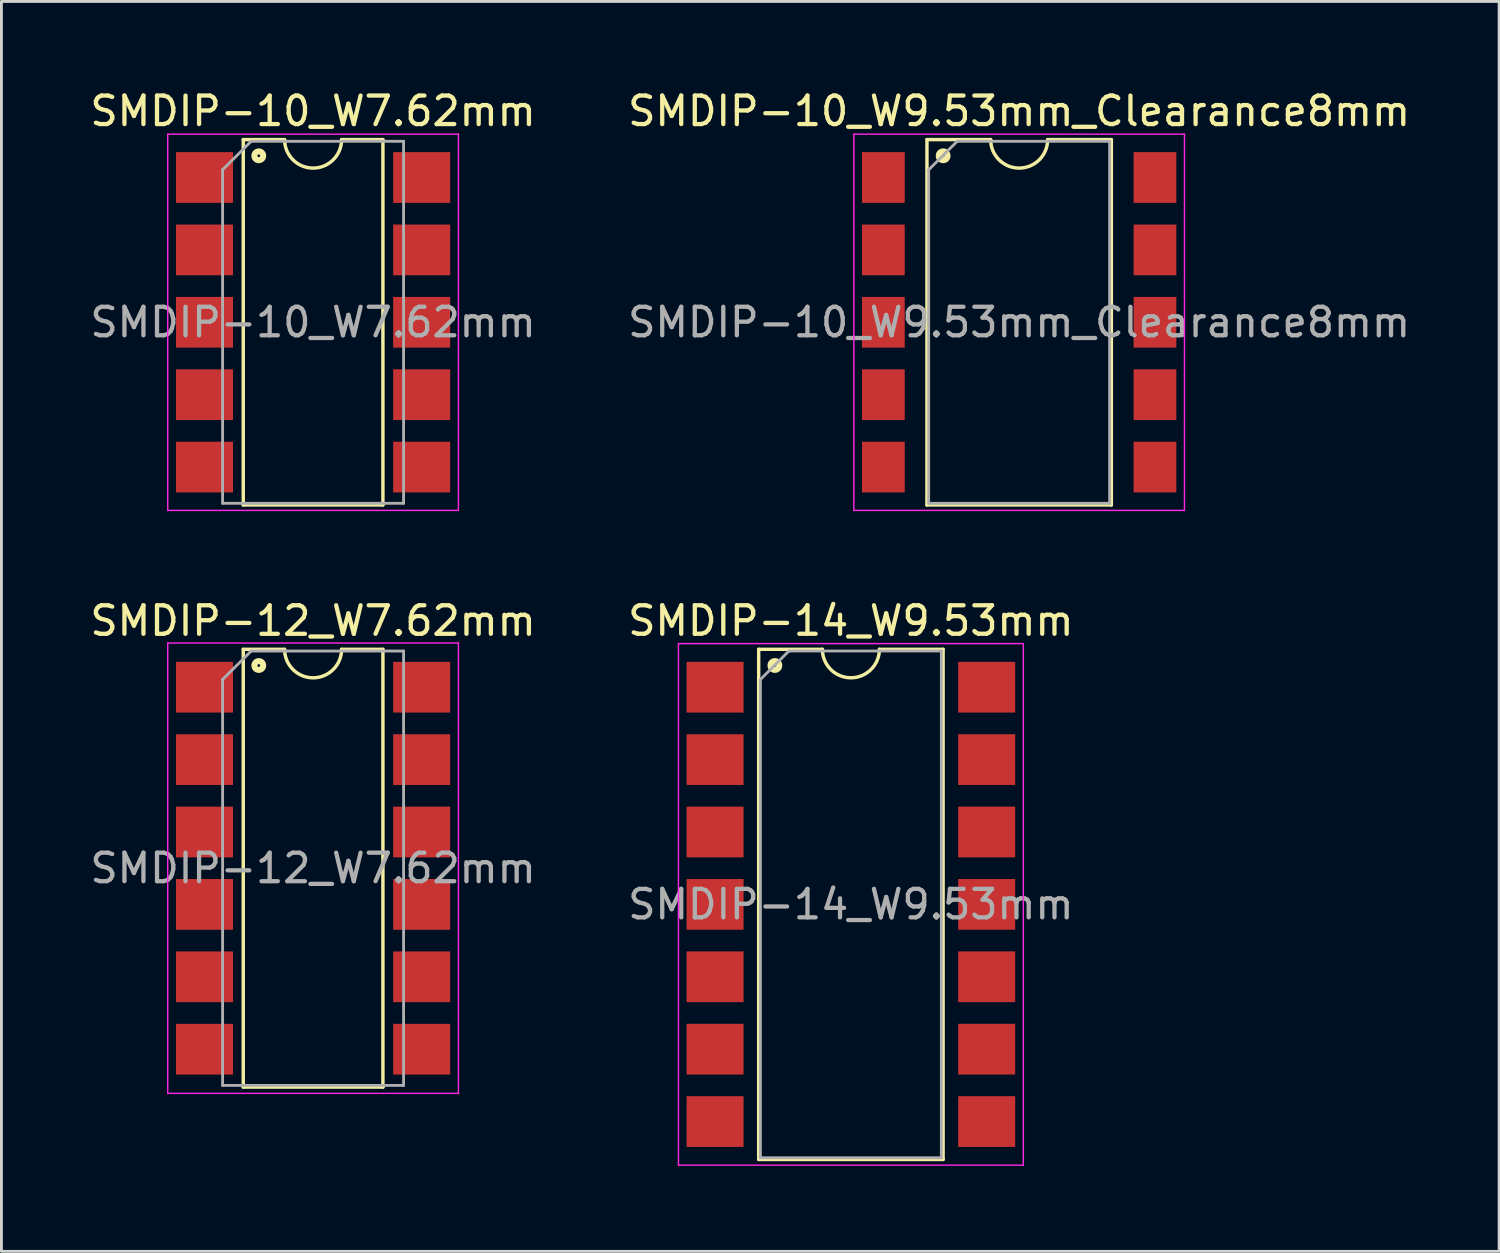
<source format=kicad_pcb>
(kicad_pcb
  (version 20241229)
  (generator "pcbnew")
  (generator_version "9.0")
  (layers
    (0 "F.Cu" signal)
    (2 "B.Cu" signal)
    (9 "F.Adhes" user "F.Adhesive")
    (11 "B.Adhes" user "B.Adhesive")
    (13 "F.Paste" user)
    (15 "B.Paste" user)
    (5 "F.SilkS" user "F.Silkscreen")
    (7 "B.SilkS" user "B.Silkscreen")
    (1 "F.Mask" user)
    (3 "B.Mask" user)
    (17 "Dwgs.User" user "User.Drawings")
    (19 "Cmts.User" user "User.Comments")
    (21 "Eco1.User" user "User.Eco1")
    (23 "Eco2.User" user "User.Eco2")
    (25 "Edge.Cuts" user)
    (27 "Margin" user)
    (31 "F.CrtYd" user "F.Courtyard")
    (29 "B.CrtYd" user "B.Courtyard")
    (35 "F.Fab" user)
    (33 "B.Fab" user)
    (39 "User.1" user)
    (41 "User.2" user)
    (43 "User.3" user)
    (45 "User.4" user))
  (footprint "SMDIP-12_W7.62mm"
    (layer "F.Cu")
    (at 7.935 27.412)
    (property "Reference" "SMDIP-12_W7.62mm" (at 0 -8.68 0) (layer "F.SilkS") (effects (font (size 1 1) (thickness 0.15))))
    (attr smd)
    (fp_line (start -2.45 -7.68) (end -2.45 7.68) (stroke (width 0.12) (type solid)) (layer "F.SilkS"))
    (fp_line (start -2.45 7.68) (end 2.45 7.68) (stroke (width 0.12) (type solid)) (layer "F.SilkS"))
    (fp_line (start -1 -7.68) (end -2.45 -7.68) (stroke (width 0.12) (type solid)) (layer "F.SilkS"))
    (fp_line (start 2.45 -7.68) (end 1 -7.68) (stroke (width 0.12) (type solid)) (layer "F.SilkS"))
    (fp_line (start 2.45 7.68) (end 2.45 -7.68) (stroke (width 0.12) (type solid)) (layer "F.SilkS"))
    (fp_arc (start 1 -7.68) (mid 0 -6.68) (end -1 -7.68) (stroke (width 0.12) (type solid)) (layer "F.SilkS"))
    (fp_circle (center -1.905 -7.112) (end -1.855 -7.112) (stroke (width 0.12) (type solid)) (fill no) (layer "F.SilkS"))
    (fp_circle (center -1.905 -7.112) (end -1.78 -7.112) (stroke (width 0.12) (type solid)) (fill no) (layer "F.SilkS"))
    (fp_circle (center -1.905 -7.112) (end -1.705 -7.112) (stroke (width 0.12) (type solid)) (fill no) (layer "F.SilkS"))
    (fp_line (start -5.1 -7.9) (end -5.1 7.9) (stroke (width 0.05) (type solid)) (layer "F.CrtYd"))
    (fp_line (start -5.1 7.9) (end 5.1 7.9) (stroke (width 0.05) (type solid)) (layer "F.CrtYd"))
    (fp_line (start 5.1 -7.9) (end -5.1 -7.9) (stroke (width 0.05) (type solid)) (layer "F.CrtYd"))
    (fp_line (start 5.1 7.9) (end 5.1 -7.9) (stroke (width 0.05) (type solid)) (layer "F.CrtYd"))
    (fp_line (start -3.175 -6.62) (end -2.175 -7.62) (stroke (width 0.1) (type solid)) (layer "F.Fab"))
    (fp_line (start -3.175 7.62) (end -3.175 -6.62) (stroke (width 0.1) (type solid)) (layer "F.Fab"))
    (fp_line (start -2.175 -7.62) (end 3.175 -7.62) (stroke (width 0.1) (type solid)) (layer "F.Fab"))
    (fp_line (start 3.175 -7.62) (end 3.175 7.62) (stroke (width 0.1) (type solid)) (layer "F.Fab"))
    (fp_line (start 3.175 7.62) (end -3.175 7.62) (stroke (width 0.1) (type solid)) (layer "F.Fab"))
    (fp_text user "${REFERENCE}" (at 0 0 0) (layer "F.Fab") (effects (font (size 1 1) (thickness 0.15))))
    (pad "1" smd rect (at -3.81 -6.35) (size 2 1.78) (layers "F.Cu" "F.Mask" "F.Paste"))
    (pad "2" smd rect (at -3.81 -3.81) (size 2 1.78) (layers "F.Cu" "F.Mask" "F.Paste"))
    (pad "3" smd rect (at -3.81 -1.27) (size 2 1.78) (layers "F.Cu" "F.Mask" "F.Paste"))
    (pad "4" smd rect (at -3.81 1.27) (size 2 1.78) (layers "F.Cu" "F.Mask" "F.Paste"))
    (pad "5" smd rect (at -3.81 3.81) (size 2 1.78) (layers "F.Cu" "F.Mask" "F.Paste"))
    (pad "6" smd rect (at -3.81 6.35) (size 2 1.78) (layers "F.Cu" "F.Mask" "F.Paste"))
    (pad "7" smd rect (at 3.81 6.35) (size 2 1.78) (layers "F.Cu" "F.Mask" "F.Paste"))
    (pad "8" smd rect (at 3.81 3.81) (size 2 1.78) (layers "F.Cu" "F.Mask" "F.Paste"))
    (pad "9" smd rect (at 3.81 1.27) (size 2 1.78) (layers "F.Cu" "F.Mask" "F.Paste"))
    (pad "10" smd rect (at 3.81 -1.27) (size 2 1.78) (layers "F.Cu" "F.Mask" "F.Paste"))
    (pad "11" smd rect (at 3.81 -3.81) (size 2 1.78) (layers "F.Cu" "F.Mask" "F.Paste"))
    (pad "12" smd rect (at 3.81 -6.35) (size 2 1.78) (layers "F.Cu" "F.Mask" "F.Paste")))
  (footprint "SMDIP-14_W9.53mm"
    (layer "F.Cu")
    (at 26.804 28.681)
    (property "Reference" "SMDIP-14_W9.53mm" (at 0 -9.95 0) (layer "F.SilkS") (effects (font (size 1 1) (thickness 0.15))))
    (attr smd)
    (fp_line (start -3.235 -8.95) (end -3.235 8.95) (stroke (width 0.12) (type solid)) (layer "F.SilkS"))
    (fp_line (start -3.235 8.95) (end 3.235 8.95) (stroke (width 0.12) (type solid)) (layer "F.SilkS"))
    (fp_line (start -1 -8.95) (end -3.235 -8.95) (stroke (width 0.12) (type solid)) (layer "F.SilkS"))
    (fp_line (start 3.235 -8.95) (end 1 -8.95) (stroke (width 0.12) (type solid)) (layer "F.SilkS"))
    (fp_line (start 3.235 8.95) (end 3.235 -8.95) (stroke (width 0.12) (type solid)) (layer "F.SilkS"))
    (fp_arc (start 1 -8.95) (mid 0 -7.95) (end -1 -8.95) (stroke (width 0.12) (type solid)) (layer "F.SilkS"))
    (fp_circle (center -2.667 -8.382) (end -2.617 -8.382) (stroke (width 0.12) (type solid)) (fill no) (layer "F.SilkS"))
    (fp_circle (center -2.667 -8.382) (end -2.542 -8.382) (stroke (width 0.12) (type solid)) (fill no) (layer "F.SilkS"))
    (fp_circle (center -2.667 -8.382) (end -2.467 -8.382) (stroke (width 0.12) (type solid)) (fill no) (layer "F.SilkS"))
    (fp_line (start -6.05 -9.15) (end -6.05 9.15) (stroke (width 0.05) (type solid)) (layer "F.CrtYd"))
    (fp_line (start -6.05 9.15) (end 6.05 9.15) (stroke (width 0.05) (type solid)) (layer "F.CrtYd"))
    (fp_line (start 6.05 -9.15) (end -6.05 -9.15) (stroke (width 0.05) (type solid)) (layer "F.CrtYd"))
    (fp_line (start 6.05 9.15) (end 6.05 -9.15) (stroke (width 0.05) (type solid)) (layer "F.CrtYd"))
    (fp_line (start -3.175 -7.89) (end -2.175 -8.89) (stroke (width 0.1) (type solid)) (layer "F.Fab"))
    (fp_line (start -3.175 8.89) (end -3.175 -7.89) (stroke (width 0.1) (type solid)) (layer "F.Fab"))
    (fp_line (start -2.175 -8.89) (end 3.175 -8.89) (stroke (width 0.1) (type solid)) (layer "F.Fab"))
    (fp_line (start 3.175 -8.89) (end 3.175 8.89) (stroke (width 0.1) (type solid)) (layer "F.Fab"))
    (fp_line (start 3.175 8.89) (end -3.175 8.89) (stroke (width 0.1) (type solid)) (layer "F.Fab"))
    (fp_text user "${REFERENCE}" (at 0 0 0) (layer "F.Fab") (effects (font (size 1 1) (thickness 0.15))))
    (pad "1" smd rect (at -4.765 -7.62) (size 2 1.78) (layers "F.Cu" "F.Mask" "F.Paste"))
    (pad "2" smd rect (at -4.765 -5.08) (size 2 1.78) (layers "F.Cu" "F.Mask" "F.Paste"))
    (pad "3" smd rect (at -4.765 -2.54) (size 2 1.78) (layers "F.Cu" "F.Mask" "F.Paste"))
    (pad "4" smd rect (at -4.765 0) (size 2 1.78) (layers "F.Cu" "F.Mask" "F.Paste"))
    (pad "5" smd rect (at -4.765 2.54) (size 2 1.78) (layers "F.Cu" "F.Mask" "F.Paste"))
    (pad "6" smd rect (at -4.765 5.08) (size 2 1.78) (layers "F.Cu" "F.Mask" "F.Paste"))
    (pad "7" smd rect (at -4.765 7.62) (size 2 1.78) (layers "F.Cu" "F.Mask" "F.Paste"))
    (pad "8" smd rect (at 4.765 7.62) (size 2 1.78) (layers "F.Cu" "F.Mask" "F.Paste"))
    (pad "9" smd rect (at 4.765 5.08) (size 2 1.78) (layers "F.Cu" "F.Mask" "F.Paste"))
    (pad "10" smd rect (at 4.765 2.54) (size 2 1.78) (layers "F.Cu" "F.Mask" "F.Paste"))
    (pad "11" smd rect (at 4.765 0) (size 2 1.78) (layers "F.Cu" "F.Mask" "F.Paste"))
    (pad "12" smd rect (at 4.765 -2.54) (size 2 1.78) (layers "F.Cu" "F.Mask" "F.Paste"))
    (pad "13" smd rect (at 4.765 -5.08) (size 2 1.78) (layers "F.Cu" "F.Mask" "F.Paste"))
    (pad "14" smd rect (at 4.765 -7.62) (size 2 1.78) (layers "F.Cu" "F.Mask" "F.Paste")))
  (footprint "SMDIP-10_W9.53mm_Clearance8mm"
    (layer "F.Cu")
    (at 32.708 8.258)
    (property "Reference" "SMDIP-10_W9.53mm_Clearance8mm" (at 0 -7.41 0) (layer "F.SilkS") (effects (font (size 1 1) (thickness 0.15))))
    (attr smd)
    (fp_line (start -3.235 -6.41) (end -3.235 6.41) (stroke (width 0.12) (type solid)) (layer "F.SilkS"))
    (fp_line (start -3.235 6.41) (end 3.235 6.41) (stroke (width 0.12) (type solid)) (layer "F.SilkS"))
    (fp_line (start -1 -6.41) (end -3.235 -6.41) (stroke (width 0.12) (type solid)) (layer "F.SilkS"))
    (fp_line (start 3.235 -6.41) (end 1 -6.41) (stroke (width 0.12) (type solid)) (layer "F.SilkS"))
    (fp_line (start 3.235 6.41) (end 3.235 -6.41) (stroke (width 0.12) (type solid)) (layer "F.SilkS"))
    (fp_arc (start 1 -6.41) (mid 0 -5.41) (end -1 -6.41) (stroke (width 0.12) (type solid)) (layer "F.SilkS"))
    (fp_circle (center -2.667 -5.842) (end -2.617 -5.842) (stroke (width 0.12) (type solid)) (fill no) (layer "F.SilkS"))
    (fp_circle (center -2.667 -5.842) (end -2.542 -5.842) (stroke (width 0.12) (type solid)) (fill no) (layer "F.SilkS"))
    (fp_circle (center -2.667 -5.842) (end -2.467 -5.842) (stroke (width 0.12) (type solid)) (fill no) (layer "F.SilkS"))
    (fp_line (start -5.8 -6.6) (end -5.8 6.6) (stroke (width 0.05) (type solid)) (layer "F.CrtYd"))
    (fp_line (start -5.8 6.6) (end 5.8 6.6) (stroke (width 0.05) (type solid)) (layer "F.CrtYd"))
    (fp_line (start 5.8 -6.6) (end -5.8 -6.6) (stroke (width 0.05) (type solid)) (layer "F.CrtYd"))
    (fp_line (start 5.8 6.6) (end 5.8 -6.6) (stroke (width 0.05) (type solid)) (layer "F.CrtYd"))
    (fp_line (start -3.175 -5.35) (end -2.175 -6.35) (stroke (width 0.1) (type solid)) (layer "F.Fab"))
    (fp_line (start -3.175 6.35) (end -3.175 -5.35) (stroke (width 0.1) (type solid)) (layer "F.Fab"))
    (fp_line (start -2.175 -6.35) (end 3.175 -6.35) (stroke (width 0.1) (type solid)) (layer "F.Fab"))
    (fp_line (start 3.175 -6.35) (end 3.175 6.35) (stroke (width 0.1) (type solid)) (layer "F.Fab"))
    (fp_line (start 3.175 6.35) (end -3.175 6.35) (stroke (width 0.1) (type solid)) (layer "F.Fab"))
    (fp_text user "${REFERENCE}" (at 0 0 0) (layer "F.Fab") (effects (font (size 1 1) (thickness 0.15))))
    (pad "1" smd rect (at -4.765 -5.08) (size 1.5 1.78) (layers "F.Cu" "F.Mask" "F.Paste"))
    (pad "2" smd rect (at -4.765 -2.54) (size 1.5 1.78) (layers "F.Cu" "F.Mask" "F.Paste"))
    (pad "3" smd rect (at -4.765 0) (size 1.5 1.78) (layers "F.Cu" "F.Mask" "F.Paste"))
    (pad "4" smd rect (at -4.765 2.54) (size 1.5 1.78) (layers "F.Cu" "F.Mask" "F.Paste"))
    (pad "5" smd rect (at -4.765 5.08) (size 1.5 1.78) (layers "F.Cu" "F.Mask" "F.Paste"))
    (pad "6" smd rect (at 4.765 5.08) (size 1.5 1.78) (layers "F.Cu" "F.Mask" "F.Paste"))
    (pad "7" smd rect (at 4.765 2.54) (size 1.5 1.78) (layers "F.Cu" "F.Mask" "F.Paste"))
    (pad "8" smd rect (at 4.765 0) (size 1.5 1.78) (layers "F.Cu" "F.Mask" "F.Paste"))
    (pad "9" smd rect (at 4.765 -2.54) (size 1.5 1.78) (layers "F.Cu" "F.Mask" "F.Paste"))
    (pad "10" smd rect (at 4.765 -5.08) (size 1.5 1.78) (layers "F.Cu" "F.Mask" "F.Paste")))
  (footprint "SMDIP-10_W7.62mm"
    (layer "F.Cu")
    (at 7.935 8.258)
    (property "Reference" "SMDIP-10_W7.62mm" (at 0 -7.41 0) (layer "F.SilkS") (effects (font (size 1 1) (thickness 0.15))))
    (attr smd)
    (fp_line (start -2.45 -6.41) (end -2.45 6.41) (stroke (width 0.12) (type solid)) (layer "F.SilkS"))
    (fp_line (start -2.45 6.41) (end 2.45 6.41) (stroke (width 0.12) (type solid)) (layer "F.SilkS"))
    (fp_line (start -1 -6.41) (end -2.45 -6.41) (stroke (width 0.12) (type solid)) (layer "F.SilkS"))
    (fp_line (start 2.45 -6.41) (end 1 -6.41) (stroke (width 0.12) (type solid)) (layer "F.SilkS"))
    (fp_line (start 2.45 6.41) (end 2.45 -6.41) (stroke (width 0.12) (type solid)) (layer "F.SilkS"))
    (fp_arc (start 1 -6.41) (mid 0 -5.41) (end -1 -6.41) (stroke (width 0.12) (type solid)) (layer "F.SilkS"))
    (fp_circle (center -1.905 -5.842) (end -1.855 -5.842) (stroke (width 0.12) (type solid)) (fill no) (layer "F.SilkS"))
    (fp_circle (center -1.905 -5.842) (end -1.78 -5.842) (stroke (width 0.12) (type solid)) (fill no) (layer "F.SilkS"))
    (fp_circle (center -1.905 -5.842) (end -1.705 -5.842) (stroke (width 0.12) (type solid)) (fill no) (layer "F.SilkS"))
    (fp_line (start -5.1 -6.6) (end -5.1 6.6) (stroke (width 0.05) (type solid)) (layer "F.CrtYd"))
    (fp_line (start -5.1 6.6) (end 5.1 6.6) (stroke (width 0.05) (type solid)) (layer "F.CrtYd"))
    (fp_line (start 5.1 -6.6) (end -5.1 -6.6) (stroke (width 0.05) (type solid)) (layer "F.CrtYd"))
    (fp_line (start 5.1 6.6) (end 5.1 -6.6) (stroke (width 0.05) (type solid)) (layer "F.CrtYd"))
    (fp_line (start -3.175 -5.35) (end -2.175 -6.35) (stroke (width 0.1) (type solid)) (layer "F.Fab"))
    (fp_line (start -3.175 6.35) (end -3.175 -5.35) (stroke (width 0.1) (type solid)) (layer "F.Fab"))
    (fp_line (start -2.175 -6.35) (end 3.175 -6.35) (stroke (width 0.1) (type solid)) (layer "F.Fab"))
    (fp_line (start 3.175 -6.35) (end 3.175 6.35) (stroke (width 0.1) (type solid)) (layer "F.Fab"))
    (fp_line (start 3.175 6.35) (end -3.175 6.35) (stroke (width 0.1) (type solid)) (layer "F.Fab"))
    (fp_text user "${REFERENCE}" (at 0 0 0) (layer "F.Fab") (effects (font (size 1 1) (thickness 0.15))))
    (pad "1" smd rect (at -3.81 -5.08) (size 2 1.78) (layers "F.Cu" "F.Mask" "F.Paste"))
    (pad "2" smd rect (at -3.81 -2.54) (size 2 1.78) (layers "F.Cu" "F.Mask" "F.Paste"))
    (pad "3" smd rect (at -3.81 0) (size 2 1.78) (layers "F.Cu" "F.Mask" "F.Paste"))
    (pad "4" smd rect (at -3.81 2.54) (size 2 1.78) (layers "F.Cu" "F.Mask" "F.Paste"))
    (pad "5" smd rect (at -3.81 5.08) (size 2 1.78) (layers "F.Cu" "F.Mask" "F.Paste"))
    (pad "6" smd rect (at 3.81 5.08) (size 2 1.78) (layers "F.Cu" "F.Mask" "F.Paste"))
    (pad "7" smd rect (at 3.81 2.54) (size 2 1.78) (layers "F.Cu" "F.Mask" "F.Paste"))
    (pad "8" smd rect (at 3.81 0) (size 2 1.78) (layers "F.Cu" "F.Mask" "F.Paste"))
    (pad "9" smd rect (at 3.81 -2.54) (size 2 1.78) (layers "F.Cu" "F.Mask" "F.Paste"))
    (pad "10" smd rect (at 3.81 -5.08) (size 2 1.78) (layers "F.Cu" "F.Mask" "F.Paste")))
  (gr_rect
    (start -3 -3)
    (end 49.548 40.856)
    (stroke (width 0.1) (type default))
    (fill no)
    (layer "Edge.Cuts")))
</source>
